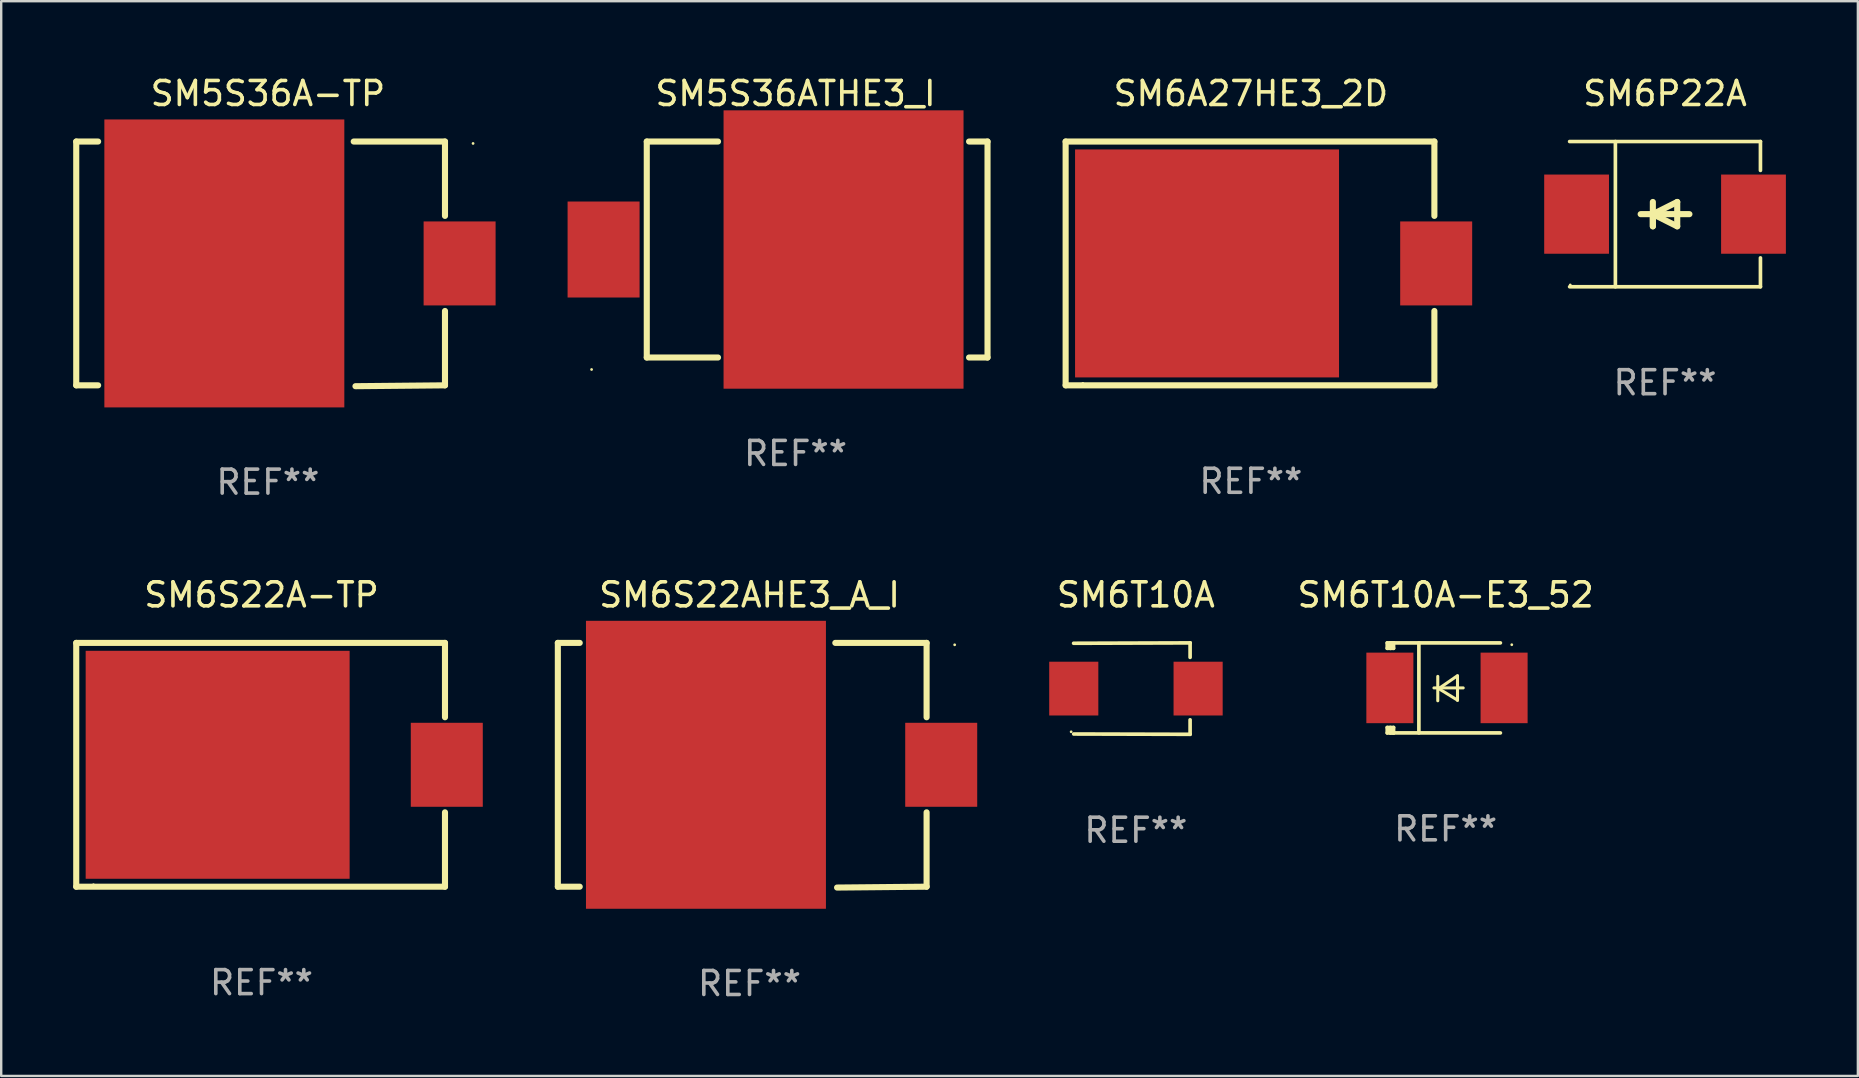
<source format=kicad_pcb>
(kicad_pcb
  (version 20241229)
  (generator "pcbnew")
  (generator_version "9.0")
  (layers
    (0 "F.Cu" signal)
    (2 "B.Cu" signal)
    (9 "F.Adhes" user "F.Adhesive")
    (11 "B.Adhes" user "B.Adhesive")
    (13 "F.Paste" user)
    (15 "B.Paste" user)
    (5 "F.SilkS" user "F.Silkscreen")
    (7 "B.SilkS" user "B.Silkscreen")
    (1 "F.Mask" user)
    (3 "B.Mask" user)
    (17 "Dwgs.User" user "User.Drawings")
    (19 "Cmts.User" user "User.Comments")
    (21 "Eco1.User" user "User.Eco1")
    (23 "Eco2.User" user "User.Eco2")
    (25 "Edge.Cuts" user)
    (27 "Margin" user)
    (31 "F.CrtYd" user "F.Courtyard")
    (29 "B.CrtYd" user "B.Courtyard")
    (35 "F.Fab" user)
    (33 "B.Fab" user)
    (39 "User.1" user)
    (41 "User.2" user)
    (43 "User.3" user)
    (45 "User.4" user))
  (footprint "SM6T10A-E3_52"
    (layer "F.Cu")
    (at 57.195 25.617)
    (property "Reference" "SM6T10A-E3_52" (at 0 -3.876 0) (layer "F.SilkS") (effects (font (size 1 1) (thickness 0.15))))
    (attr through_hole)
    (fp_line (start -2.435 1.65) (end -2.171 1.65) (stroke (width 0.152) (type solid)) (layer "F.SilkS"))
    (fp_line (start -2.435 1.876) (end -2.435 1.65) (stroke (width 0.152) (type solid)) (layer "F.SilkS"))
    (fp_line (start -2.435 -1.876) (end -2.171 -1.876) (stroke (width 0.152) (type solid)) (layer "F.SilkS"))
    (fp_line (start -2.435 -1.65) (end -2.435 -1.876) (stroke (width 0.152) (type solid)) (layer "F.SilkS"))
    (fp_line (start -2.305 -1.866) (end -2.295 -1.876) (stroke (width 0.152) (type solid)) (layer "F.SilkS"))
    (fp_line (start -2.305 -1.65) (end -2.305 -1.866) (stroke (width 0.152) (type solid)) (layer "F.SilkS"))
    (fp_line (start -2.305 1.876) (end -2.305 1.65) (stroke (width 0.152) (type solid)) (layer "F.SilkS"))
    (fp_line (start -2.295 -1.876) (end -2.295 -1.65) (stroke (width 0.152) (type solid)) (layer "F.SilkS"))
    (fp_line (start -2.171 1.876) (end -2.435 1.876) (stroke (width 0.152) (type solid)) (layer "F.SilkS"))
    (fp_line (start -2.171 -1.65) (end -2.435 -1.65) (stroke (width 0.152) (type solid)) (layer "F.SilkS"))
    (fp_line (start -2.171 -1.876) (end -2.295 -1.876) (stroke (width 0.152) (type solid)) (layer "F.SilkS"))
    (fp_line (start -2.171 -1.65) (end -2.171 -1.876) (stroke (width 0.152) (type solid)) (layer "F.SilkS"))
    (fp_line (start -2.171 1.876) (end -2.305 1.876) (stroke (width 0.152) (type solid)) (layer "F.SilkS"))
    (fp_line (start -2.171 1.876) (end -2.171 1.65) (stroke (width 0.152) (type solid)) (layer "F.SilkS"))
    (fp_line (start -1.116 1.876) (end -1.116 -1.876) (stroke (width 0.152) (type solid)) (layer "F.SilkS"))
    (fp_line (start -0.488 0.000102) (end 0.731 0.000102) (stroke (width 0.127) (type solid)) (layer "F.SilkS"))
    (fp_line (start -0.329 -0.48) (end -0.329 0.536) (stroke (width 0.127) (type solid)) (layer "F.SilkS"))
    (fp_line (start -0.29 0.03) (end 0.493 0.51) (stroke (width 0.127) (type solid)) (layer "F.SilkS"))
    (fp_line (start 0.493 -0.51) (end -0.29 0.03) (stroke (width 0.127) (type solid)) (layer "F.SilkS"))
    (fp_line (start 0.493 0.52) (end 0.493 -0.496) (stroke (width 0.127) (type solid)) (layer "F.SilkS"))
    (fp_line (start 2.281 -1.876) (end -2.171 -1.876) (stroke (width 0.152) (type solid)) (layer "F.SilkS"))
    (fp_line (start 2.281 1.876) (end -2.171 1.876) (stroke (width 0.152) (type solid)) (layer "F.SilkS"))
    (fp_circle (center 2.755 -1.8) (end 2.785 -1.8) (stroke (width 0.06) (type solid)) (fill no) (layer "F.SilkS"))
    (fp_text user "REF**" (at 0 5.876 0) (layer "F.Fab") (effects (font (size 1 1) (thickness 0.15))))
    (pad "1" smd rect (at 2.435 -0.000025 180) (size 1.96 2.94) (layers "F.Cu" "F.Mask" "F.Paste"))
    (pad "2" smd rect (at -2.325 -0.000025 180) (size 1.96 2.94) (layers "F.Cu" "F.Mask" "F.Paste")))
  (footprint "SM6A27HE3_2D"
    (layer "F.Cu")
    (at 49.079 7.928)
    (property "Reference" "SM6A27HE3_2D" (at 0 -7.08 0) (layer "F.SilkS") (effects (font (size 1 1) (thickness 0.15))))
    (attr through_hole)
    (fp_line (start -7.721 -5.08) (end 7.646 -5.08) (stroke (width 0.254) (type solid)) (layer "F.SilkS"))
    (fp_line (start -7.721 5.08) (end -7.721 -5.08) (stroke (width 0.254) (type solid)) (layer "F.SilkS"))
    (fp_line (start 7.646 -5.08) (end 7.646 -1.981) (stroke (width 0.254) (type solid)) (layer "F.SilkS"))
    (fp_line (start 7.646 1.981) (end 7.646 5.08) (stroke (width 0.254) (type solid)) (layer "F.SilkS"))
    (fp_line (start 7.646 5.08) (end -7.721 5.08) (stroke (width 0.254) (type solid)) (layer "F.SilkS"))
    (fp_circle (center -7.003 5) (end -6.973 5) (stroke (width 0.06) (type solid)) (fill no) (layer "F.SilkS"))
    (fp_text user "REF**" (at 0 9.08 0) (layer "F.Fab") (effects (font (size 1 1) (thickness 0.15))))
    (pad "1" smd rect (at -1.828 0) (size 11 9.5) (layers "F.Cu" "F.Mask" "F.Paste"))
    (pad "2" smd rect (at 7.721 0 90) (size 3.5 3) (layers "F.Cu" "F.Mask" "F.Paste")))
  (footprint "SM5S36A-TP"
    (layer "F.Cu")
    (at 8.115 7.946)
    (property "Reference" "SM5S36A-TP" (at 0 -7.098 0) (layer "F.SilkS") (effects (font (size 1 1) (thickness 0.15))))
    (attr through_hole)
    (fp_line (start -7.988 -5.098) (end -7.076 -5.098) (stroke (width 0.254) (type solid)) (layer "F.SilkS"))
    (fp_line (start -7.988 5.062) (end -7.988 -5.098) (stroke (width 0.254) (type solid)) (layer "F.SilkS"))
    (fp_line (start -7.076 5.062) (end -7.988 5.062) (stroke (width 0.254) (type solid)) (layer "F.SilkS"))
    (fp_line (start 3.575 -5.098) (end 7.379 -5.098) (stroke (width 0.254) (type solid)) (layer "F.SilkS"))
    (fp_line (start 7.379 -5.098) (end 7.379 -1.999) (stroke (width 0.254) (type solid)) (layer "F.SilkS"))
    (fp_line (start 7.379 1.963) (end 7.379 5.062) (stroke (width 0.254) (type solid)) (layer "F.SilkS"))
    (fp_line (start 7.379 5.062) (end 3.648 5.098) (stroke (width 0.254) (type solid)) (layer "F.SilkS"))
    (fp_circle (center 8.549 -5.018) (end 8.579 -5.018) (stroke (width 0.06) (type solid)) (fill no) (layer "F.SilkS"))
    (fp_text user "REF**" (at 0 9.098 0) (layer "F.Fab") (effects (font (size 1 1) (thickness 0.15))))
    (pad "1" smd rect (at 7.988 -0.018 90) (size 3.5 3) (layers "F.Cu" "F.Mask" "F.Paste"))
    (pad "2" smd rect (at -1.816 -0.018 90) (size 12 10) (layers "F.Cu" "F.Mask" "F.Paste")))
  (footprint "SM6T10A"
    (layer "F.Cu")
    (at 44.285 25.646)
    (property "Reference" "SM6T10A" (at 0 -3.905 0) (layer "F.SilkS") (effects (font (size 1 1) (thickness 0.15))))
    (attr through_hole)
    (fp_line (start 2.256 -1.905) (end -2.594 -1.889) (stroke (width 0.152) (type solid)) (layer "F.SilkS"))
    (fp_line (start 2.256 -1.905) (end 2.26 -1.905) (stroke (width 0.152) (type solid)) (layer "F.SilkS"))
    (fp_line (start 2.26 -1.905) (end 2.26 -1.301) (stroke (width 0.152) (type solid)) (layer "F.SilkS"))
    (fp_line (start 2.26 1.301) (end 2.26 1.905) (stroke (width 0.152) (type solid)) (layer "F.SilkS"))
    (fp_line (start 2.26 1.905) (end -2.59 1.892) (stroke (width 0.152) (type solid)) (layer "F.SilkS"))
    (fp_circle (center -2.697 1.8) (end -2.667 1.8) (stroke (width 0.06) (type solid)) (fill no) (layer "F.SilkS"))
    (fp_text user "REF**" (at 0 5.905 0) (layer "F.Fab") (effects (font (size 1 1) (thickness 0.15))))
    (pad "1" smd rect (at -2.588 0) (size 2.047 2.241) (layers "F.Cu" "F.Mask" "F.Paste"))
    (pad "2" smd rect (at 2.594 0) (size 2.047 2.241) (layers "F.Cu" "F.Mask" "F.Paste")))
  (footprint "SM5S36ATHE3_I"
    (layer "F.Cu")
    (at 30.103 7.348)
    (property "Reference" "SM5S36ATHE3_I" (at 0 -6.5 0) (layer "F.SilkS") (effects (font (size 1 1) (thickness 0.15))))
    (attr through_hole)
    (fp_line (start -6.2 -4.5) (end -6.2 4.5) (stroke (width 0.254) (type solid)) (layer "F.SilkS"))
    (fp_line (start -6.2 -4.5) (end -3.231 -4.5) (stroke (width 0.254) (type solid)) (layer "F.SilkS"))
    (fp_line (start -6.2 4.5) (end -3.231 4.5) (stroke (width 0.254) (type solid)) (layer "F.SilkS"))
    (fp_line (start 7.231 -4.5) (end 8 -4.5) (stroke (width 0.254) (type solid)) (layer "F.SilkS"))
    (fp_line (start 7.231 4.5) (end 8 4.5) (stroke (width 0.254) (type solid)) (layer "F.SilkS"))
    (fp_line (start 8 -4.5) (end 8 4.5) (stroke (width 0.254) (type solid)) (layer "F.SilkS"))
    (fp_circle (center -8.5 5) (end -8.47 5) (stroke (width 0.06) (type solid)) (fill no) (layer "F.SilkS"))
    (fp_text user "REF**" (at 0 8.5 0) (layer "F.Fab") (effects (font (size 1 1) (thickness 0.15))))
    (pad "1" smd rect (at -8 0 180) (size 3 4) (layers "F.Cu" "F.Mask" "F.Paste"))
    (pad "2" smd rect (at 2 0 180) (size 10 11.6) (layers "F.Cu" "F.Mask" "F.Paste")))
  (footprint "SM6S22AHE3_A_I"
    (layer "F.Cu")
    (at 28.185 28.839)
    (property "Reference" "SM6S22AHE3_A_I" (at 0 -7.098 0) (layer "F.SilkS") (effects (font (size 1 1) (thickness 0.15))))
    (attr through_hole)
    (fp_line (start -7.988 -5.098) (end -7.076 -5.098) (stroke (width 0.254) (type solid)) (layer "F.SilkS"))
    (fp_line (start -7.988 5.062) (end -7.988 -5.098) (stroke (width 0.254) (type solid)) (layer "F.SilkS"))
    (fp_line (start -7.076 5.062) (end -7.988 5.062) (stroke (width 0.254) (type solid)) (layer "F.SilkS"))
    (fp_line (start 3.575 -5.098) (end 7.379 -5.098) (stroke (width 0.254) (type solid)) (layer "F.SilkS"))
    (fp_line (start 7.379 -5.098) (end 7.379 -1.999) (stroke (width 0.254) (type solid)) (layer "F.SilkS"))
    (fp_line (start 7.379 1.963) (end 7.379 5.062) (stroke (width 0.254) (type solid)) (layer "F.SilkS"))
    (fp_line (start 7.379 5.062) (end 3.648 5.098) (stroke (width 0.254) (type solid)) (layer "F.SilkS"))
    (fp_circle (center 8.549 -5.018) (end 8.579 -5.018) (stroke (width 0.06) (type solid)) (fill no) (layer "F.SilkS"))
    (fp_text user "REF**" (at 0 9.098 0) (layer "F.Fab") (effects (font (size 1 1) (thickness 0.15))))
    (pad "1" smd rect (at 7.988 -0.018 90) (size 3.5 3) (layers "F.Cu" "F.Mask" "F.Paste"))
    (pad "2" smd rect (at -1.816 -0.018 90) (size 12 10) (layers "F.Cu" "F.Mask" "F.Paste")))
  (footprint "SM6S22A-TP"
    (layer "F.Cu")
    (at 7.848 28.821)
    (property "Reference" "SM6S22A-TP" (at 0 -7.08 0) (layer "F.SilkS") (effects (font (size 1 1) (thickness 0.15))))
    (attr through_hole)
    (fp_line (start -7.721 -5.08) (end 7.646 -5.08) (stroke (width 0.254) (type solid)) (layer "F.SilkS"))
    (fp_line (start -7.721 5.08) (end -7.721 -5.08) (stroke (width 0.254) (type solid)) (layer "F.SilkS"))
    (fp_line (start 7.646 -5.08) (end 7.646 -1.981) (stroke (width 0.254) (type solid)) (layer "F.SilkS"))
    (fp_line (start 7.646 1.981) (end 7.646 5.08) (stroke (width 0.254) (type solid)) (layer "F.SilkS"))
    (fp_line (start 7.646 5.08) (end -7.721 5.08) (stroke (width 0.254) (type solid)) (layer "F.SilkS"))
    (fp_circle (center -7.003 5) (end -6.973 5) (stroke (width 0.06) (type solid)) (fill no) (layer "F.SilkS"))
    (fp_text user "REF**" (at 0 9.08 0) (layer "F.Fab") (effects (font (size 1 1) (thickness 0.15))))
    (pad "1" smd rect (at -1.828 0) (size 11 9.5) (layers "F.Cu" "F.Mask" "F.Paste"))
    (pad "2" smd rect (at 7.721 0 90) (size 3.5 3) (layers "F.Cu" "F.Mask" "F.Paste")))
  (footprint "SM6P22A"
    (layer "F.Cu")
    (at 66.337 5.874)
    (property "Reference" "SM6P22A" (at 0 -5.026 0) (layer "F.SilkS") (effects (font (size 1 1) (thickness 0.15))))
    (attr through_hole)
    (fp_line (start -3.976 -3.026) (end 3.976 -3.026) (stroke (width 0.152) (type solid)) (layer "F.SilkS"))
    (fp_line (start -3.976 3.026) (end 3.976 3.026) (stroke (width 0.152) (type solid)) (layer "F.SilkS"))
    (fp_line (start -2.069 -3.026) (end -2.069 3.026) (stroke (width 0.152) (type solid)) (layer "F.SilkS"))
    (fp_line (start -0.508 0) (end -0.508 0.508) (stroke (width 0.254) (type solid)) (layer "F.SilkS"))
    (fp_line (start -0.508 0) (end 0.508 0.508) (stroke (width 0.254) (type solid)) (layer "F.SilkS"))
    (fp_line (start -0.508 0.508) (end -0.508 -0.508) (stroke (width 0.254) (type solid)) (layer "F.SilkS"))
    (fp_line (start 0.508 -0.508) (end -0.508 0) (stroke (width 0.254) (type solid)) (layer "F.SilkS"))
    (fp_line (start 0.508 0.508) (end 0.508 -0.508) (stroke (width 0.254) (type solid)) (layer "F.SilkS"))
    (fp_line (start 1.016 0) (end -1.016 0) (stroke (width 0.254) (type solid)) (layer "F.SilkS"))
    (fp_line (start 3.976 -3.026) (end 3.976 -1.823) (stroke (width 0.152) (type solid)) (layer "F.SilkS"))
    (fp_line (start 3.976 3.026) (end 3.976 1.823) (stroke (width 0.152) (type solid)) (layer "F.SilkS"))
    (fp_circle (center -3.95 2.95) (end -3.92 2.95) (stroke (width 0.06) (type solid)) (fill no) (layer "F.SilkS"))
    (fp_text user "REF**" (at 0 7.026 0) (layer "F.Fab") (effects (font (size 1 1) (thickness 0.15))))
    (pad "1" smd rect (at -3.686 0) (size 2.7 3.3) (layers "F.Cu" "F.Mask" "F.Paste"))
    (pad "2" smd rect (at 3.686 0) (size 2.7 3.3) (layers "F.Cu" "F.Mask" "F.Paste")))
  (gr_rect
    (start -3 -3)
    (end 74.373 41.786)
    (stroke (width 0.1) (type default))
    (fill no)
    (layer "Edge.Cuts")))
</source>
